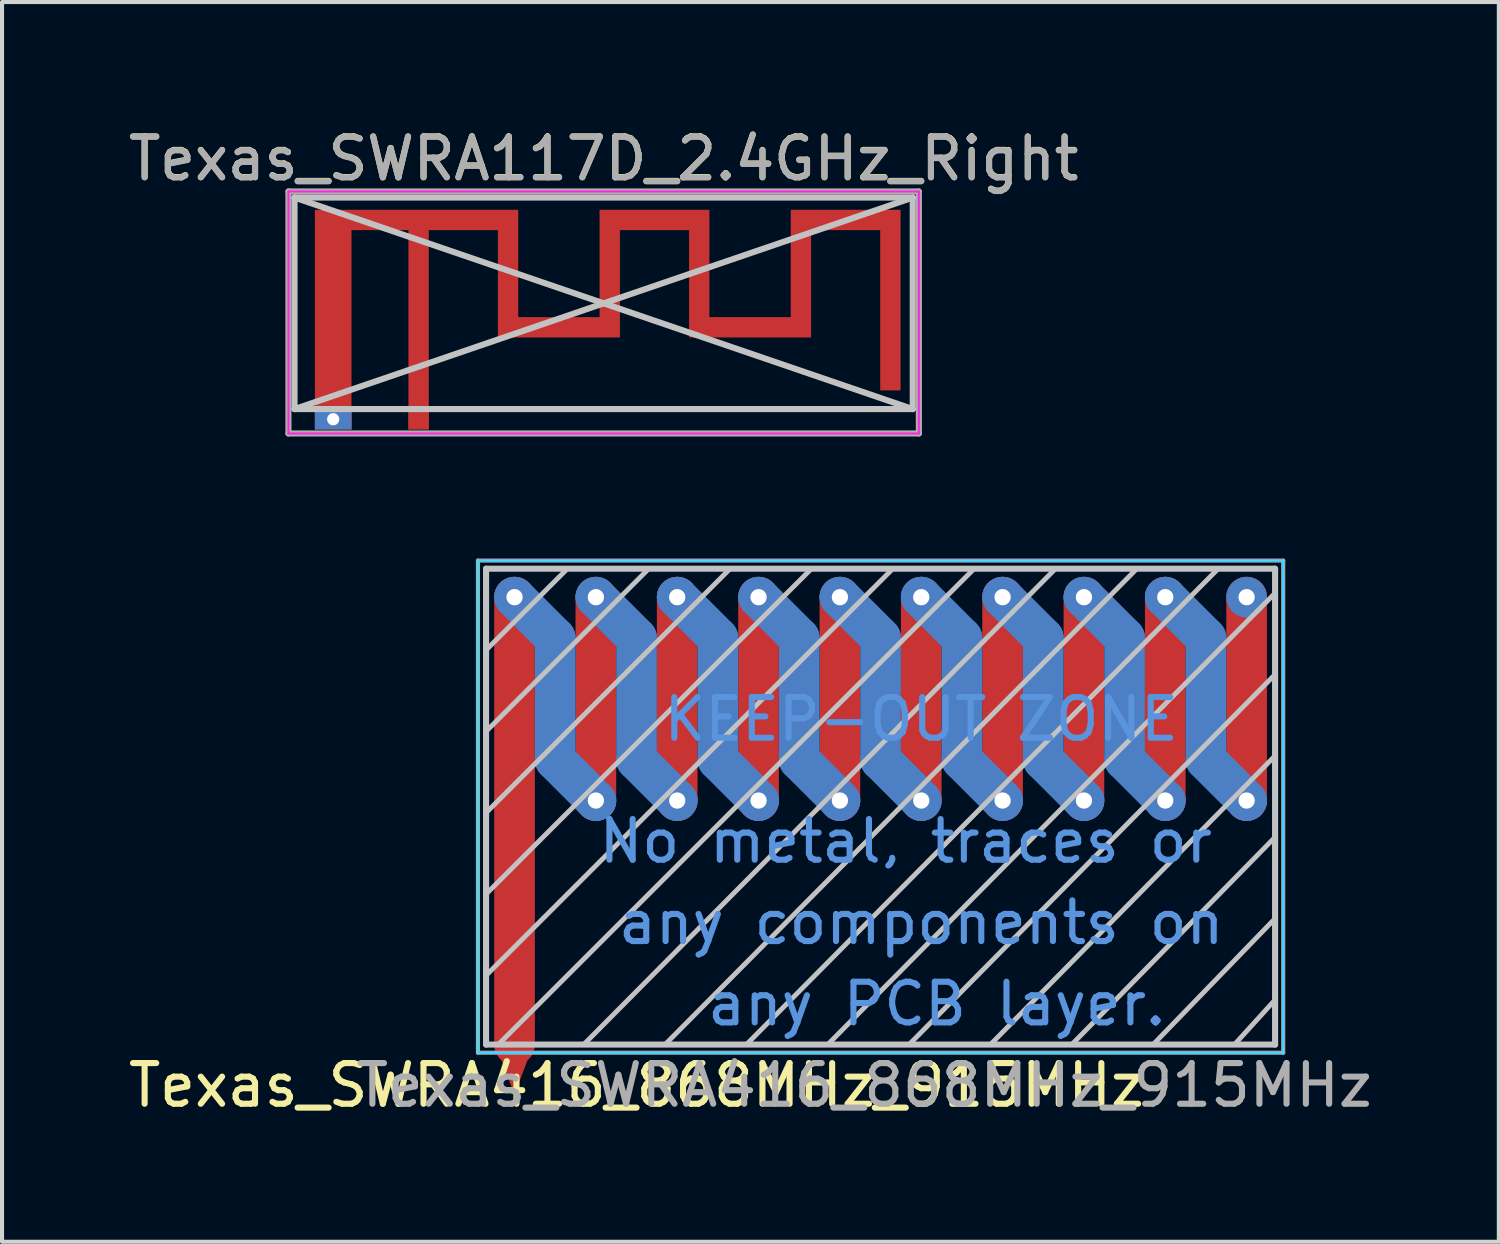
<source format=kicad_pcb>
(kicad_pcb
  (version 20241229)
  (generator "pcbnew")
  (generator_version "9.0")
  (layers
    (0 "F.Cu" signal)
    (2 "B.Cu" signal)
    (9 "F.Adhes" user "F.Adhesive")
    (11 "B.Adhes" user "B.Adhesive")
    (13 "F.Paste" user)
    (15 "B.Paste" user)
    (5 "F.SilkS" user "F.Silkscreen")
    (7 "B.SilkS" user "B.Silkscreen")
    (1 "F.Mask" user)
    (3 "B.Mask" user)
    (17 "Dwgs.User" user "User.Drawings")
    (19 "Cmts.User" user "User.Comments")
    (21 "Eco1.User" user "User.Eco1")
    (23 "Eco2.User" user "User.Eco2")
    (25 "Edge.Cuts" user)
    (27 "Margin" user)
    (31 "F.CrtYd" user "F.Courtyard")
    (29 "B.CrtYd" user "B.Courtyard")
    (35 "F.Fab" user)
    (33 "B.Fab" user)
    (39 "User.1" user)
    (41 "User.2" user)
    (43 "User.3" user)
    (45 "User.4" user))
  (footprint "Texas_SWRA117D_2.4GHz_Right"
    (layer "F.Cu")
    (at 7.242 7.258)
    (property "Reference" "Texas_SWRA117D_2.4GHz_Right" (at 4.55 -6.41 0) (layer "F.SilkS") (effects (font (size 1 1) (thickness 0.15))))
    (attr exclude_from_pos_files exclude_from_bom)
    (fp_poly (pts (xy 2.45 -2.51) (xy 4.45 -2.51) (xy 4.45 -5.15) (xy 7.15 -5.15) (xy 7.15 -2.51) (xy 9.15 -2.51) (xy 9.15 -5.15) (xy 11.85 -5.15) (xy 11.85 -0.71) (xy 11.35 -0.71) (xy 11.35 -4.65) (xy 9.65 -4.65) (xy 9.65 -2.01) (xy 6.65 -2.01) (xy 6.65 -4.65) (xy 4.95 -4.65) (xy 4.95 -2.01) (xy 1.95 -2.01) (xy 1.95 -4.65) (xy 0.25 -4.65) (xy 0.25 0.25) (xy -0.25 0.25) (xy -0.25 -4.65) (xy -1.65 -4.65) (xy -1.65 0.25) (xy -2.55 0.25) (xy -2.55 0.007) (xy -2.248 0.007) (xy -2.238 0.054) (xy -2.214 0.097) (xy -2.176 0.13) (xy -2.168 0.134) (xy -2.125 0.146) (xy -2.077 0.145) (xy -2.031 0.132) (xy -2.013 0.122) (xy -1.979 0.087) (xy -1.958 0.041) (xy -1.952 -0.008) (xy -1.96 -0.056) (xy -1.977 -0.089) (xy -2.012 -0.121) (xy -2.058 -0.141) (xy -2.107 -0.148) (xy -2.155 -0.14) (xy -2.188 -0.123) (xy -2.223 -0.086) (xy -2.243 -0.042) (xy -2.248 0.007) (xy -2.55 0.007) (xy -2.55 -5.15) (xy 2.45 -5.15) (xy 2.45 -2.51)) (stroke (width 0) (type solid)) (fill yes) (layer "F.Cu"))
    (fp_line (start -3.05 -5.45) (end 12.15 -5.45) (stroke (width 0.15) (type solid)) (layer "Dwgs.User"))
    (fp_line (start -3.05 -5.45) (end 12.15 -0.25) (stroke (width 0.15) (type solid)) (layer "Dwgs.User"))
    (fp_line (start -3.05 -0.25) (end -3.05 -5.45) (stroke (width 0.15) (type solid)) (layer "Dwgs.User"))
    (fp_line (start -3.05 -0.25) (end 12.15 -5.45) (stroke (width 0.15) (type solid)) (layer "Dwgs.User"))
    (fp_line (start -3.05 -0.25) (end 12.15 -0.25) (stroke (width 0.15) (type solid)) (layer "Dwgs.User"))
    (fp_line (start 12.15 -0.25) (end 12.15 -5.45) (stroke (width 0.15) (type solid)) (layer "Dwgs.User"))
    (fp_line (start -3.2 -5.6) (end 12.3 -5.6) (stroke (width 0.05) (type solid)) (layer "F.CrtYd"))
    (fp_line (start -3.2 0.35) (end -3.2 -5.6) (stroke (width 0.05) (type solid)) (layer "F.CrtYd"))
    (fp_line (start 12.3 -5.6) (end 12.3 0.35) (stroke (width 0.05) (type solid)) (layer "F.CrtYd"))
    (fp_line (start 12.3 0.35) (end -3.2 0.35) (stroke (width 0.05) (type solid)) (layer "F.CrtYd"))
    (fp_line (start -3.2 -5.6) (end 12.3 -5.6) (stroke (width 0.15) (type solid)) (layer "F.Fab"))
    (fp_line (start -3.2 0.35) (end -3.2 -5.6) (stroke (width 0.15) (type solid)) (layer "F.Fab"))
    (fp_line (start 12.3 -5.6) (end 12.3 0.35) (stroke (width 0.15) (type solid)) (layer "F.Fab"))
    (fp_line (start 12.3 0.35) (end -3.2 0.35) (stroke (width 0.15) (type solid)) (layer "F.Fab"))
    (fp_text user "${REFERENCE}" (at 4.55 -6.4 0) (layer "F.Fab") (effects (font (size 1 1) (thickness 0.15))))
    (pad "1" connect rect (at 0 0) (size 0.5 0.5) (layers "F.Cu"))
    (pad "2" thru_hole rect (at -2.1 0) (size 0.9 0.5) (drill 0.3) (layers "*.Cu")))
  (footprint "Texas_SWRA416_868MHz_915MHz"
    (layer "F.Cu")
    (at 18.601 17.433)
    (property "Reference" "Texas_SWRA416_868MHz_915MHz" (at -6 6.2 0) (layer "F.SilkS") (effects (font (size 1 1) (thickness 0.15))))
    (attr smd)
    (fp_line (start -9 5.2) (end -9 -5.8) (stroke (width 1) (type solid)) (layer "F.Cu"))
    (fp_line (start -7 -5.8) (end -7 -0.8) (stroke (width 1) (type solid)) (layer "F.Cu"))
    (fp_line (start -5 -5.8) (end -5 -0.8) (stroke (width 1) (type solid)) (layer "F.Cu"))
    (fp_line (start -3 -5.8) (end -3 -0.8) (stroke (width 1) (type solid)) (layer "F.Cu"))
    (fp_line (start -1 -5.8) (end -1 -0.8) (stroke (width 1) (type solid)) (layer "F.Cu"))
    (fp_line (start 1 -5.8) (end 1 -0.8) (stroke (width 1) (type solid)) (layer "F.Cu"))
    (fp_line (start 3 -5.8) (end 3 -0.8) (stroke (width 1) (type solid)) (layer "F.Cu"))
    (fp_line (start 5 -5.8) (end 5 -0.8) (stroke (width 1) (type solid)) (layer "F.Cu"))
    (fp_line (start 7 -5.8) (end 7 -0.8) (stroke (width 1) (type solid)) (layer "F.Cu"))
    (fp_line (start 9 -5.8) (end 9 -0.8) (stroke (width 1) (type solid)) (layer "F.Cu"))
    (fp_line (start -9 -5.8) (end -8 -4.8) (stroke (width 1) (type solid)) (layer "B.Cu"))
    (fp_line (start -8 -4.8) (end -8 -1.8) (stroke (width 1) (type solid)) (layer "B.Cu"))
    (fp_line (start -8 -1.8) (end -7 -0.8) (stroke (width 1) (type solid)) (layer "B.Cu"))
    (fp_line (start -7 -5.8) (end -6 -4.8) (stroke (width 1) (type solid)) (layer "B.Cu"))
    (fp_line (start -6 -4.8) (end -6 -1.8) (stroke (width 1) (type solid)) (layer "B.Cu"))
    (fp_line (start -6 -1.8) (end -5 -0.8) (stroke (width 1) (type solid)) (layer "B.Cu"))
    (fp_line (start -5 -5.8) (end -4 -4.8) (stroke (width 1) (type solid)) (layer "B.Cu"))
    (fp_line (start -4 -4.8) (end -4 -1.8) (stroke (width 1) (type solid)) (layer "B.Cu"))
    (fp_line (start -4 -1.8) (end -3 -0.8) (stroke (width 1) (type solid)) (layer "B.Cu"))
    (fp_line (start -3 -5.8) (end -2 -4.8) (stroke (width 1) (type solid)) (layer "B.Cu"))
    (fp_line (start -2 -4.8) (end -2 -1.8) (stroke (width 1) (type solid)) (layer "B.Cu"))
    (fp_line (start -2 -1.8) (end -1 -0.8) (stroke (width 1) (type solid)) (layer "B.Cu"))
    (fp_line (start -1 -5.8) (end 0 -4.8) (stroke (width 1) (type solid)) (layer "B.Cu"))
    (fp_line (start 0 -4.8) (end 0 -1.8) (stroke (width 1) (type solid)) (layer "B.Cu"))
    (fp_line (start 0 -1.8) (end 1 -0.8) (stroke (width 1) (type solid)) (layer "B.Cu"))
    (fp_line (start 1 -5.8) (end 2 -4.8) (stroke (width 1) (type solid)) (layer "B.Cu"))
    (fp_line (start 2 -4.8) (end 2 -1.8) (stroke (width 1) (type solid)) (layer "B.Cu"))
    (fp_line (start 2 -1.8) (end 3 -0.8) (stroke (width 1) (type solid)) (layer "B.Cu"))
    (fp_line (start 3 -5.8) (end 4 -4.8) (stroke (width 1) (type solid)) (layer "B.Cu"))
    (fp_line (start 4 -4.8) (end 4 -1.8) (stroke (width 1) (type solid)) (layer "B.Cu"))
    (fp_line (start 4 -1.8) (end 5 -0.8) (stroke (width 1) (type solid)) (layer "B.Cu"))
    (fp_line (start 5 -5.8) (end 6 -4.8) (stroke (width 1) (type solid)) (layer "B.Cu"))
    (fp_line (start 6 -4.8) (end 6 -1.8) (stroke (width 1) (type solid)) (layer "B.Cu"))
    (fp_line (start 6 -1.8) (end 7 -0.8) (stroke (width 1) (type solid)) (layer "B.Cu"))
    (fp_line (start 7 -5.8) (end 8 -4.8) (stroke (width 1) (type solid)) (layer "B.Cu"))
    (fp_line (start 8 -4.8) (end 8 -1.8) (stroke (width 1) (type solid)) (layer "B.Cu"))
    (fp_line (start 8 -1.8) (end 9 -0.8) (stroke (width 1) (type solid)) (layer "B.Cu"))
    (fp_line (start -9.7 -6.5) (end -9.7 5.2) (stroke (width 0.15) (type solid)) (layer "Dwgs.User"))
    (fp_line (start -9.7 -4.5) (end -7.7 -6.5) (stroke (width 0.12) (type solid)) (layer "Dwgs.User"))
    (fp_line (start -9.7 -2.5) (end -5.7 -6.5) (stroke (width 0.12) (type solid)) (layer "Dwgs.User"))
    (fp_line (start -9.7 -0.5) (end -3.7 -6.5) (stroke (width 0.12) (type solid)) (layer "Dwgs.User"))
    (fp_line (start -9.7 1.5) (end -1.7 -6.5) (stroke (width 0.12) (type solid)) (layer "Dwgs.User"))
    (fp_line (start -9.7 3.5) (end 0.3 -6.5) (stroke (width 0.12) (type solid)) (layer "Dwgs.User"))
    (fp_line (start -9.7 5.2) (end 9.7 5.2) (stroke (width 0.15) (type solid)) (layer "Dwgs.User"))
    (fp_line (start -9.4 5.2) (end 2.3 -6.5) (stroke (width 0.12) (type solid)) (layer "Dwgs.User"))
    (fp_line (start 4.3 -6.5) (end -7.3 5.2) (stroke (width 0.12) (type solid)) (layer "Dwgs.User"))
    (fp_line (start 6.3 -6.5) (end -5.3 5.2) (stroke (width 0.12) (type solid)) (layer "Dwgs.User"))
    (fp_line (start 8.3 -6.5) (end -3.3 5.2) (stroke (width 0.12) (type solid)) (layer "Dwgs.User"))
    (fp_line (start 9.7 -6.5) (end -9.7 -6.5) (stroke (width 0.15) (type solid)) (layer "Dwgs.User"))
    (fp_line (start 9.7 -5.9) (end -1.3 5.2) (stroke (width 0.12) (type solid)) (layer "Dwgs.User"))
    (fp_line (start 9.7 -3.9) (end 0.7 5.2) (stroke (width 0.12) (type solid)) (layer "Dwgs.User"))
    (fp_line (start 9.7 -1.9) (end 2.7 5.2) (stroke (width 0.12) (type solid)) (layer "Dwgs.User"))
    (fp_line (start 9.7 0.1) (end 4.7 5.2) (stroke (width 0.12) (type solid)) (layer "Dwgs.User"))
    (fp_line (start 9.7 2.1) (end 6.7 5.2) (stroke (width 0.12) (type solid)) (layer "Dwgs.User"))
    (fp_line (start 9.7 4.1) (end 8.7 5.2) (stroke (width 0.12) (type solid)) (layer "Dwgs.User"))
    (fp_line (start 9.7 5.2) (end 9.7 -6.5) (stroke (width 0.15) (type solid)) (layer "Dwgs.User"))
    (fp_line (start -9.9 -6.7) (end -9.9 5.4) (stroke (width 0.05) (type solid)) (layer "B.CrtYd"))
    (fp_line (start -9.9 5.4) (end 9.9 5.4) (stroke (width 0.05) (type solid)) (layer "B.CrtYd"))
    (fp_line (start 9.9 -6.7) (end -9.9 -6.7) (stroke (width 0.05) (type solid)) (layer "B.CrtYd"))
    (fp_line (start 9.9 5.4) (end 9.9 -6.7) (stroke (width 0.05) (type solid)) (layer "B.CrtYd"))
    (fp_line (start -9.9 -6.7) (end -9.9 5.4) (stroke (width 0.05) (type solid)) (layer "F.CrtYd"))
    (fp_line (start -9.9 5.4) (end 9.9 5.4) (stroke (width 0.05) (type solid)) (layer "F.CrtYd"))
    (fp_line (start 9.9 -6.7) (end -9.9 -6.7) (stroke (width 0.05) (type solid)) (layer "F.CrtYd"))
    (fp_line (start 9.9 5.4) (end 9.9 -6.7) (stroke (width 0.05) (type solid)) (layer "F.CrtYd"))
    (fp_line (start -9.9 -6.7) (end -9.9 5.4) (stroke (width 0.1) (type solid)) (layer "F.Fab"))
    (fp_line (start -9.9 5.4) (end 9.9 5.4) (stroke (width 0.1) (type solid)) (layer "F.Fab"))
    (fp_line (start 9.9 -6.7) (end -9.9 -6.7) (stroke (width 0.1) (type solid)) (layer "F.Fab"))
    (fp_line (start 9.9 5.4) (end 9.9 -6.7) (stroke (width 0.1) (type solid)) (layer "F.Fab"))
    (fp_text user "KEEP-OUT ZONE" (at 1 -2.8 0) (layer "Cmts.User") (effects (font (size 1 1) (thickness 0.15))))
    (fp_text user "No metal, traces or " (at 1 0.2 0) (layer "Cmts.User") (effects (font (size 1 1) (thickness 0.15))))
    (fp_text user " any PCB layer." (at 1 4.2 0) (layer "Cmts.User") (effects (font (size 1 1) (thickness 0.15))))
    (fp_text user "any components on" (at 1 2.2 0) (layer "Cmts.User") (effects (font (size 1 1) (thickness 0.15))))
    (fp_text user "${REFERENCE}" (at -0.4 6.2 0) (layer "F.Fab") (effects (font (size 1 1) (thickness 0.15))))
    (pad "" thru_hole circle (at -9 -5.8 180) (size 1 1) (drill 0.4) (layers "*.Cu"))
    (pad "" thru_hole circle (at -7 -5.8 180) (size 1 1) (drill 0.4) (layers "*.Cu"))
    (pad "" thru_hole circle (at -7 -0.8 180) (size 1 1) (drill 0.4) (layers "*.Cu"))
    (pad "" thru_hole circle (at -5 -5.8 180) (size 1 1) (drill 0.4) (layers "*.Cu"))
    (pad "" thru_hole circle (at -5 -0.8 180) (size 1 1) (drill 0.4) (layers "*.Cu"))
    (pad "" thru_hole circle (at -3 -5.8 180) (size 1 1) (drill 0.4) (layers "*.Cu"))
    (pad "" thru_hole circle (at -3 -0.8 180) (size 1 1) (drill 0.4) (layers "*.Cu"))
    (pad "" thru_hole circle (at -1 -5.8 180) (size 1 1) (drill 0.4) (layers "*.Cu"))
    (pad "" thru_hole circle (at -1 -0.8 180) (size 1 1) (drill 0.4) (layers "*.Cu"))
    (pad "" thru_hole circle (at 1 -5.8 180) (size 1 1) (drill 0.4) (layers "*.Cu"))
    (pad "" thru_hole circle (at 1 -0.8 180) (size 1 1) (drill 0.4) (layers "*.Cu"))
    (pad "" thru_hole circle (at 3 -5.8 180) (size 1 1) (drill 0.4) (layers "*.Cu"))
    (pad "" thru_hole circle (at 3 -0.8 180) (size 1 1) (drill 0.4) (layers "*.Cu"))
    (pad "" thru_hole circle (at 5 -5.8 180) (size 1 1) (drill 0.4) (layers "*.Cu"))
    (pad "" thru_hole circle (at 5 -0.8 180) (size 1 1) (drill 0.4) (layers "*.Cu"))
    (pad "" thru_hole circle (at 7 -5.8 180) (size 1 1) (drill 0.4) (layers "*.Cu"))
    (pad "" thru_hole circle (at 7 -0.8 180) (size 1 1) (drill 0.4) (layers "*.Cu"))
    (pad "" thru_hole circle (at 9 -5.8 180) (size 1 1) (drill 0.4) (layers "*.Cu"))
    (pad "" thru_hole circle (at 9 -0.8 180) (size 1 1) (drill 0.4) (layers "*.Cu"))
    (pad "1" smd trapezoid (at -9 5.9 180) (size 0.4 0.8) (rect_delta 0 0.3) (layers "F.Cu")))
  (gr_rect
    (start -3 -3)
    (end 33.802 27.482)
    (stroke (width 0.1) (type default))
    (fill no)
    (layer "Edge.Cuts")))
</source>
